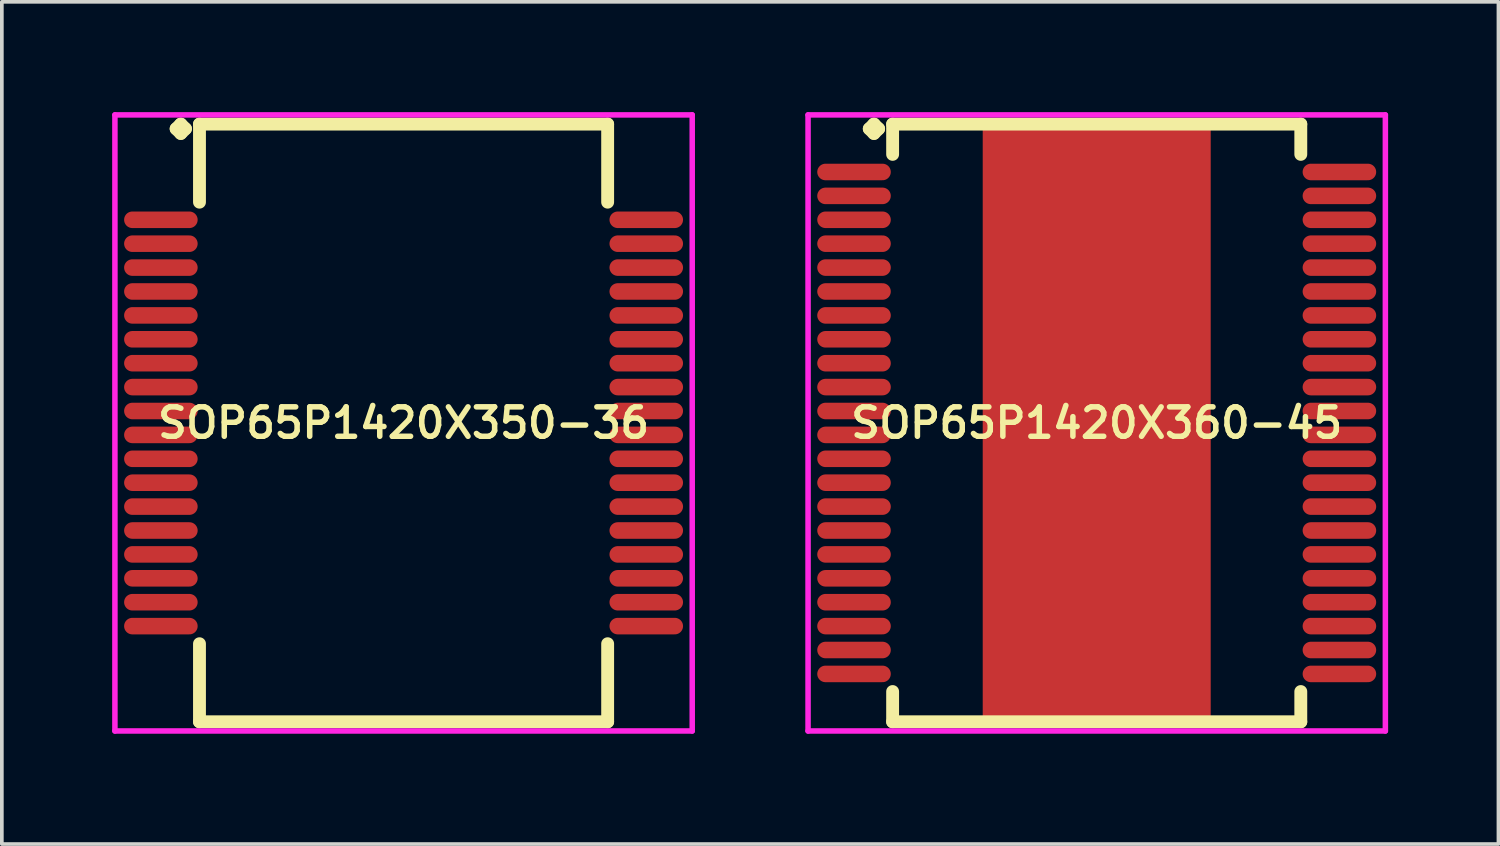
<source format=kicad_pcb>
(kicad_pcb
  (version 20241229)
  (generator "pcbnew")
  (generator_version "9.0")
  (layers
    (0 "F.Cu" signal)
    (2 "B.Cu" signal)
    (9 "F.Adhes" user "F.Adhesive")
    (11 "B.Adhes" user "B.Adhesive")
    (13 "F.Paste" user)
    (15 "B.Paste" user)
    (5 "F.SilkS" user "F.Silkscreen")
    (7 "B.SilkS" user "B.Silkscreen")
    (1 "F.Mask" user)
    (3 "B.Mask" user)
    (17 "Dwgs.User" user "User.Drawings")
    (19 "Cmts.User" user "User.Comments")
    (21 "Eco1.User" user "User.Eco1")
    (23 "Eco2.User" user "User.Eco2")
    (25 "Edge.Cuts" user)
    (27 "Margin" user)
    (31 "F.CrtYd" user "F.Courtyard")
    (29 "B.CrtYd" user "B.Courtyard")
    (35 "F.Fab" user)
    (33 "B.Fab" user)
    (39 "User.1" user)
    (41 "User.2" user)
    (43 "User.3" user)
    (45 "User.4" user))
  (footprint "SOP65P1420X360-45"
    (layer "F.Cu")
    (at 26.775 8.452)
    (property "Reference" "SOP65P1420X360-45" (at 0 0 0) (layer "F.SilkS") (effects (font (size 0.8 0.8) (thickness 0.15))))
    (attr smd)
    (fp_line (start -6.185 -8) (end -6.058 -8.127) (stroke (width 0.35) (type solid)) (layer "F.SilkS"))
    (fp_line (start -6.058 -8.127) (end -5.931 -8) (stroke (width 0.35) (type solid)) (layer "F.SilkS"))
    (fp_line (start -6.058 -7.873) (end -6.185 -8) (stroke (width 0.35) (type solid)) (layer "F.SilkS"))
    (fp_line (start -5.931 -8) (end -6.058 -7.873) (stroke (width 0.35) (type solid)) (layer "F.SilkS"))
    (fp_line (start -5.55 -8.127) (end 5.55 -8.127) (stroke (width 0.35) (type solid)) (layer "F.SilkS"))
    (fp_line (start -5.55 -7.304) (end -5.55 -8.127) (stroke (width 0.35) (type solid)) (layer "F.SilkS"))
    (fp_line (start -5.55 7.304) (end -5.55 8.127) (stroke (width 0.35) (type solid)) (layer "F.SilkS"))
    (fp_line (start -5.55 8.127) (end 5.55 8.127) (stroke (width 0.35) (type solid)) (layer "F.SilkS"))
    (fp_line (start 5.55 -8.127) (end 5.55 -7.304) (stroke (width 0.35) (type solid)) (layer "F.SilkS"))
    (fp_line (start 5.55 8.127) (end 5.55 7.304) (stroke (width 0.35) (type solid)) (layer "F.SilkS"))
    (fp_line (start -7.85 -8.377) (end 7.85 -8.377) (stroke (width 0.15) (type solid)) (layer "F.CrtYd"))
    (fp_line (start -7.85 8.377) (end -7.85 -8.377) (stroke (width 0.15) (type solid)) (layer "F.CrtYd"))
    (fp_line (start 7.85 -8.377) (end 7.85 8.377) (stroke (width 0.15) (type solid)) (layer "F.CrtYd"))
    (fp_line (start 7.85 8.377) (end -7.85 8.377) (stroke (width 0.15) (type solid)) (layer "F.CrtYd"))
    (pad "1" smd oval (at -6.6 -6.825) (size 2 0.45) (layers "F.Cu" "F.Mask" "F.Paste"))
    (pad "2" smd oval (at -6.6 -6.175) (size 2 0.45) (layers "F.Cu" "F.Mask" "F.Paste"))
    (pad "3" smd oval (at -6.6 -5.525) (size 2 0.45) (layers "F.Cu" "F.Mask" "F.Paste"))
    (pad "4" smd oval (at -6.6 -4.875) (size 2 0.45) (layers "F.Cu" "F.Mask" "F.Paste"))
    (pad "5" smd oval (at -6.6 -4.225) (size 2 0.45) (layers "F.Cu" "F.Mask" "F.Paste"))
    (pad "6" smd oval (at -6.6 -3.575) (size 2 0.45) (layers "F.Cu" "F.Mask" "F.Paste"))
    (pad "7" smd oval (at -6.6 -2.925) (size 2 0.45) (layers "F.Cu" "F.Mask" "F.Paste"))
    (pad "8" smd oval (at -6.6 -2.275) (size 2 0.45) (layers "F.Cu" "F.Mask" "F.Paste"))
    (pad "9" smd oval (at -6.6 -1.625) (size 2 0.45) (layers "F.Cu" "F.Mask" "F.Paste"))
    (pad "10" smd oval (at -6.6 -0.975) (size 2 0.45) (layers "F.Cu" "F.Mask" "F.Paste"))
    (pad "11" smd oval (at -6.6 -0.325) (size 2 0.45) (layers "F.Cu" "F.Mask" "F.Paste"))
    (pad "12" smd oval (at -6.6 0.325) (size 2 0.45) (layers "F.Cu" "F.Mask" "F.Paste"))
    (pad "13" smd oval (at -6.6 0.975) (size 2 0.45) (layers "F.Cu" "F.Mask" "F.Paste"))
    (pad "14" smd oval (at -6.6 1.625) (size 2 0.45) (layers "F.Cu" "F.Mask" "F.Paste"))
    (pad "15" smd oval (at -6.6 2.275) (size 2 0.45) (layers "F.Cu" "F.Mask" "F.Paste"))
    (pad "16" smd oval (at -6.6 2.925) (size 2 0.45) (layers "F.Cu" "F.Mask" "F.Paste"))
    (pad "17" smd oval (at -6.6 3.575) (size 2 0.45) (layers "F.Cu" "F.Mask" "F.Paste"))
    (pad "18" smd oval (at -6.6 4.225) (size 2 0.45) (layers "F.Cu" "F.Mask" "F.Paste"))
    (pad "19" smd oval (at -6.6 4.875) (size 2 0.45) (layers "F.Cu" "F.Mask" "F.Paste"))
    (pad "20" smd oval (at -6.6 5.525) (size 2 0.45) (layers "F.Cu" "F.Mask" "F.Paste"))
    (pad "21" smd oval (at -6.6 6.175) (size 2 0.45) (layers "F.Cu" "F.Mask" "F.Paste"))
    (pad "22" smd oval (at -6.6 6.825) (size 2 0.45) (layers "F.Cu" "F.Mask" "F.Paste"))
    (pad "23" smd oval (at 6.6 6.825) (size 2 0.45) (layers "F.Cu" "F.Mask" "F.Paste"))
    (pad "24" smd oval (at 6.6 6.175) (size 2 0.45) (layers "F.Cu" "F.Mask" "F.Paste"))
    (pad "25" smd oval (at 6.6 5.525) (size 2 0.45) (layers "F.Cu" "F.Mask" "F.Paste"))
    (pad "26" smd oval (at 6.6 4.875) (size 2 0.45) (layers "F.Cu" "F.Mask" "F.Paste"))
    (pad "27" smd oval (at 6.6 4.225) (size 2 0.45) (layers "F.Cu" "F.Mask" "F.Paste"))
    (pad "28" smd oval (at 6.6 3.575) (size 2 0.45) (layers "F.Cu" "F.Mask" "F.Paste"))
    (pad "29" smd oval (at 6.6 2.925) (size 2 0.45) (layers "F.Cu" "F.Mask" "F.Paste"))
    (pad "30" smd oval (at 6.6 2.275) (size 2 0.45) (layers "F.Cu" "F.Mask" "F.Paste"))
    (pad "31" smd oval (at 6.6 1.625) (size 2 0.45) (layers "F.Cu" "F.Mask" "F.Paste"))
    (pad "32" smd oval (at 6.6 0.975) (size 2 0.45) (layers "F.Cu" "F.Mask" "F.Paste"))
    (pad "33" smd oval (at 6.6 0.325) (size 2 0.45) (layers "F.Cu" "F.Mask" "F.Paste"))
    (pad "34" smd oval (at 6.6 -0.325) (size 2 0.45) (layers "F.Cu" "F.Mask" "F.Paste"))
    (pad "35" smd oval (at 6.6 -0.975) (size 2 0.45) (layers "F.Cu" "F.Mask" "F.Paste"))
    (pad "36" smd oval (at 6.6 -1.625) (size 2 0.45) (layers "F.Cu" "F.Mask" "F.Paste"))
    (pad "37" smd oval (at 6.6 -2.275) (size 2 0.45) (layers "F.Cu" "F.Mask" "F.Paste"))
    (pad "38" smd oval (at 6.6 -2.925) (size 2 0.45) (layers "F.Cu" "F.Mask" "F.Paste"))
    (pad "39" smd oval (at 6.6 -3.575) (size 2 0.45) (layers "F.Cu" "F.Mask" "F.Paste"))
    (pad "40" smd oval (at 6.6 -4.225) (size 2 0.45) (layers "F.Cu" "F.Mask" "F.Paste"))
    (pad "41" smd oval (at 6.6 -4.875) (size 2 0.45) (layers "F.Cu" "F.Mask" "F.Paste"))
    (pad "42" smd oval (at 6.6 -5.525) (size 2 0.45) (layers "F.Cu" "F.Mask" "F.Paste"))
    (pad "43" smd oval (at 6.6 -6.175) (size 2 0.45) (layers "F.Cu" "F.Mask" "F.Paste"))
    (pad "44" smd oval (at 6.6 -6.825) (size 2 0.45) (layers "F.Cu" "F.Mask" "F.Paste"))
    (pad "45" smd rect (at 0 0) (size 6.2 16) (layers "F.Cu" "F.Mask" "F.Paste")))
  (footprint "SOP65P1420X350-36"
    (layer "F.Cu")
    (at 7.925 8.452)
    (property "Reference" "SOP65P1420X350-36" (at 0 0 0) (layer "F.SilkS") (effects (font (size 0.8 0.8) (thickness 0.15))))
    (attr smd)
    (fp_line (start -6.185 -8) (end -6.058 -8.127) (stroke (width 0.35) (type solid)) (layer "F.SilkS"))
    (fp_line (start -6.058 -8.127) (end -5.931 -8) (stroke (width 0.35) (type solid)) (layer "F.SilkS"))
    (fp_line (start -6.058 -7.873) (end -6.185 -8) (stroke (width 0.35) (type solid)) (layer "F.SilkS"))
    (fp_line (start -5.931 -8) (end -6.058 -7.873) (stroke (width 0.35) (type solid)) (layer "F.SilkS"))
    (fp_line (start -5.55 -8.127) (end 5.55 -8.127) (stroke (width 0.35) (type solid)) (layer "F.SilkS"))
    (fp_line (start -5.55 -6.004) (end -5.55 -8.127) (stroke (width 0.35) (type solid)) (layer "F.SilkS"))
    (fp_line (start -5.55 6.004) (end -5.55 8.127) (stroke (width 0.35) (type solid)) (layer "F.SilkS"))
    (fp_line (start -5.55 8.127) (end 5.55 8.127) (stroke (width 0.35) (type solid)) (layer "F.SilkS"))
    (fp_line (start 5.55 -8.127) (end 5.55 -6.004) (stroke (width 0.35) (type solid)) (layer "F.SilkS"))
    (fp_line (start 5.55 8.127) (end 5.55 6.004) (stroke (width 0.35) (type solid)) (layer "F.SilkS"))
    (fp_line (start -7.85 -8.377) (end 7.85 -8.377) (stroke (width 0.15) (type solid)) (layer "F.CrtYd"))
    (fp_line (start -7.85 8.377) (end -7.85 -8.377) (stroke (width 0.15) (type solid)) (layer "F.CrtYd"))
    (fp_line (start 7.85 -8.377) (end 7.85 8.377) (stroke (width 0.15) (type solid)) (layer "F.CrtYd"))
    (fp_line (start 7.85 8.377) (end -7.85 8.377) (stroke (width 0.15) (type solid)) (layer "F.CrtYd"))
    (pad "1" smd oval (at -6.6 -5.525) (size 2 0.45) (layers "F.Cu" "F.Mask" "F.Paste"))
    (pad "2" smd oval (at -6.6 -4.875) (size 2 0.45) (layers "F.Cu" "F.Mask" "F.Paste"))
    (pad "3" smd oval (at -6.6 -4.225) (size 2 0.45) (layers "F.Cu" "F.Mask" "F.Paste"))
    (pad "4" smd oval (at -6.6 -3.575) (size 2 0.45) (layers "F.Cu" "F.Mask" "F.Paste"))
    (pad "5" smd oval (at -6.6 -2.925) (size 2 0.45) (layers "F.Cu" "F.Mask" "F.Paste"))
    (pad "6" smd oval (at -6.6 -2.275) (size 2 0.45) (layers "F.Cu" "F.Mask" "F.Paste"))
    (pad "7" smd oval (at -6.6 -1.625) (size 2 0.45) (layers "F.Cu" "F.Mask" "F.Paste"))
    (pad "8" smd oval (at -6.6 -0.975) (size 2 0.45) (layers "F.Cu" "F.Mask" "F.Paste"))
    (pad "9" smd oval (at -6.6 -0.325) (size 2 0.45) (layers "F.Cu" "F.Mask" "F.Paste"))
    (pad "10" smd oval (at -6.6 0.325) (size 2 0.45) (layers "F.Cu" "F.Mask" "F.Paste"))
    (pad "11" smd oval (at -6.6 0.975) (size 2 0.45) (layers "F.Cu" "F.Mask" "F.Paste"))
    (pad "12" smd oval (at -6.6 1.625) (size 2 0.45) (layers "F.Cu" "F.Mask" "F.Paste"))
    (pad "13" smd oval (at -6.6 2.275) (size 2 0.45) (layers "F.Cu" "F.Mask" "F.Paste"))
    (pad "14" smd oval (at -6.6 2.925) (size 2 0.45) (layers "F.Cu" "F.Mask" "F.Paste"))
    (pad "15" smd oval (at -6.6 3.575) (size 2 0.45) (layers "F.Cu" "F.Mask" "F.Paste"))
    (pad "16" smd oval (at -6.6 4.225) (size 2 0.45) (layers "F.Cu" "F.Mask" "F.Paste"))
    (pad "17" smd oval (at -6.6 4.875) (size 2 0.45) (layers "F.Cu" "F.Mask" "F.Paste"))
    (pad "18" smd oval (at -6.6 5.525) (size 2 0.45) (layers "F.Cu" "F.Mask" "F.Paste"))
    (pad "19" smd oval (at 6.6 5.525) (size 2 0.45) (layers "F.Cu" "F.Mask" "F.Paste"))
    (pad "20" smd oval (at 6.6 4.875) (size 2 0.45) (layers "F.Cu" "F.Mask" "F.Paste"))
    (pad "21" smd oval (at 6.6 4.225) (size 2 0.45) (layers "F.Cu" "F.Mask" "F.Paste"))
    (pad "22" smd oval (at 6.6 3.575) (size 2 0.45) (layers "F.Cu" "F.Mask" "F.Paste"))
    (pad "23" smd oval (at 6.6 2.925) (size 2 0.45) (layers "F.Cu" "F.Mask" "F.Paste"))
    (pad "24" smd oval (at 6.6 2.275) (size 2 0.45) (layers "F.Cu" "F.Mask" "F.Paste"))
    (pad "25" smd oval (at 6.6 1.625) (size 2 0.45) (layers "F.Cu" "F.Mask" "F.Paste"))
    (pad "26" smd oval (at 6.6 0.975) (size 2 0.45) (layers "F.Cu" "F.Mask" "F.Paste"))
    (pad "27" smd oval (at 6.6 0.325) (size 2 0.45) (layers "F.Cu" "F.Mask" "F.Paste"))
    (pad "28" smd oval (at 6.6 -0.325) (size 2 0.45) (layers "F.Cu" "F.Mask" "F.Paste"))
    (pad "29" smd oval (at 6.6 -0.975) (size 2 0.45) (layers "F.Cu" "F.Mask" "F.Paste"))
    (pad "30" smd oval (at 6.6 -1.625) (size 2 0.45) (layers "F.Cu" "F.Mask" "F.Paste"))
    (pad "31" smd oval (at 6.6 -2.275) (size 2 0.45) (layers "F.Cu" "F.Mask" "F.Paste"))
    (pad "32" smd oval (at 6.6 -2.925) (size 2 0.45) (layers "F.Cu" "F.Mask" "F.Paste"))
    (pad "33" smd oval (at 6.6 -3.575) (size 2 0.45) (layers "F.Cu" "F.Mask" "F.Paste"))
    (pad "34" smd oval (at 6.6 -4.225) (size 2 0.45) (layers "F.Cu" "F.Mask" "F.Paste"))
    (pad "35" smd oval (at 6.6 -4.875) (size 2 0.45) (layers "F.Cu" "F.Mask" "F.Paste"))
    (pad "36" smd oval (at 6.6 -5.525) (size 2 0.45) (layers "F.Cu" "F.Mask" "F.Paste")))
  (gr_rect
    (start -3 -3)
    (end 37.7 19.904)
    (stroke (width 0.1) (type default))
    (fill no)
    (layer "Edge.Cuts")))
</source>
